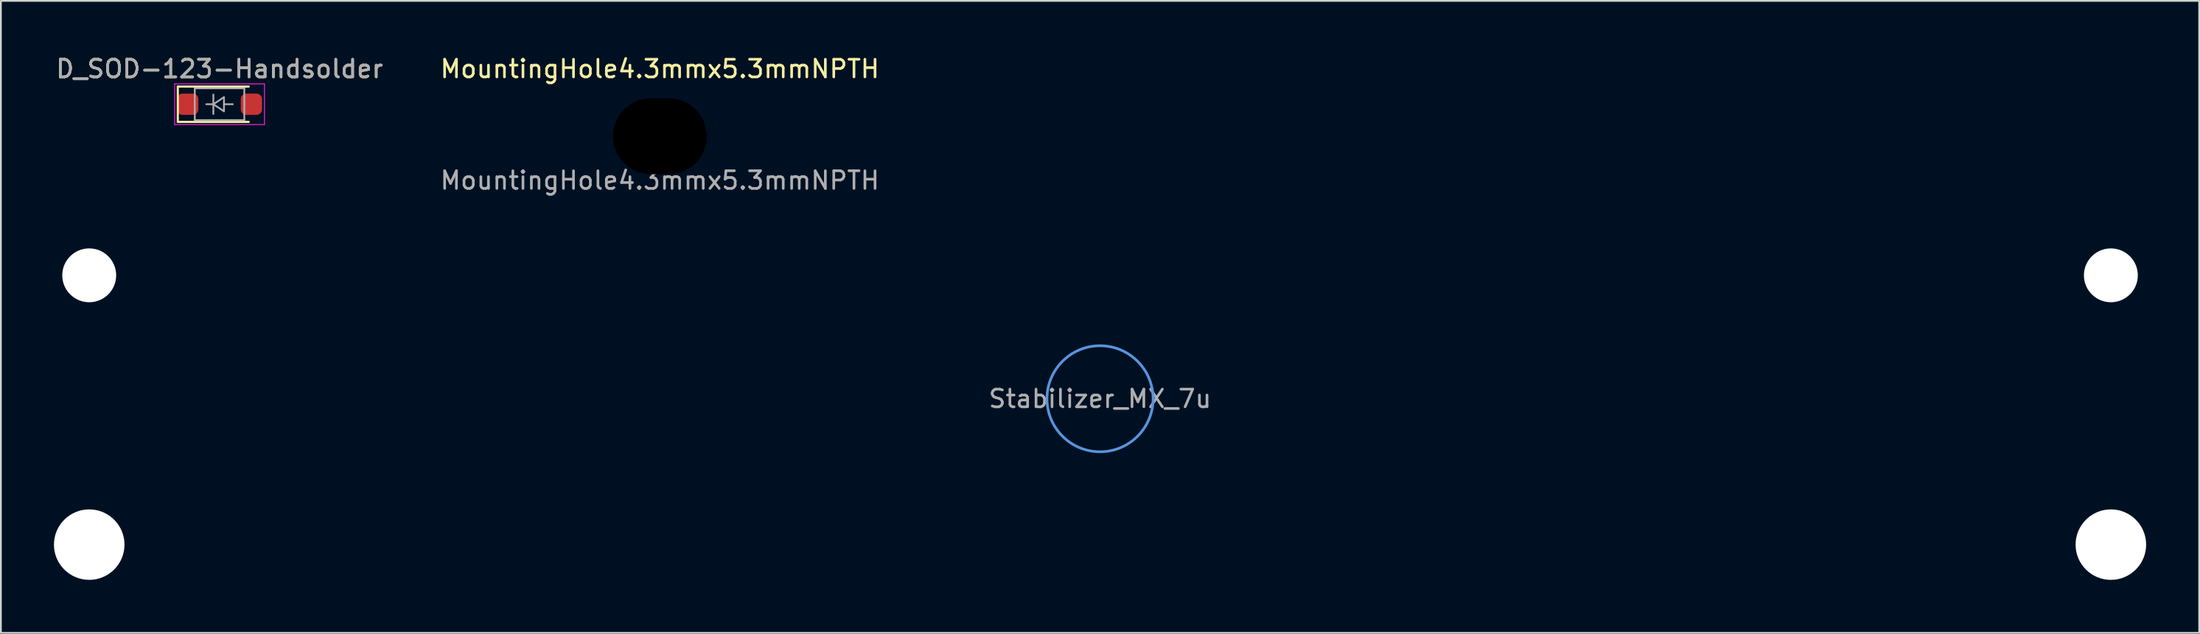
<source format=kicad_pcb>
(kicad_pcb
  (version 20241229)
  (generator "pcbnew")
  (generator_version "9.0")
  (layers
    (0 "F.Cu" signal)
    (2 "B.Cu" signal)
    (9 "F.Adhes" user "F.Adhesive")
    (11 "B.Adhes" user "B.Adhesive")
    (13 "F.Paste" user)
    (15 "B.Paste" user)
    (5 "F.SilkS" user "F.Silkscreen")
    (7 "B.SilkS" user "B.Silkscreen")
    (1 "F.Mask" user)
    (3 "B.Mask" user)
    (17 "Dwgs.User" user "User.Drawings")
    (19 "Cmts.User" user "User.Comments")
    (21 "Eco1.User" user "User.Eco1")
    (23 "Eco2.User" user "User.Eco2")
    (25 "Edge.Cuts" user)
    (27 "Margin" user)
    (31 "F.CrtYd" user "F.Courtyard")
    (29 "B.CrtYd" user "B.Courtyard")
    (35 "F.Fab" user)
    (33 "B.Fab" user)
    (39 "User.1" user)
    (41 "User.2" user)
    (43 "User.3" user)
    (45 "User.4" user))
  (footprint "Stabilizer_MX_7u"
    (layer "F.Cu")
    (at 59.144 19.515)
    (property "Reference" "Stabilizer_MX_7u" (at 0 0 0) (layer "F.Fab") (effects (font (size 1 1) (thickness 0.15))))
    (attr through_hole)
    (fp_circle (center 0 0) (end 3 0) (stroke (width 0.15) (type solid)) (fill no) (layer "Cmts.User"))
    (pad "" np_thru_hole circle (at -57.15 -6.985) (size 3.048 3.048) (drill 3.048) (layers "*.Cu" "*.Mask"))
    (pad "" np_thru_hole circle (at -57.15 8.255) (size 3.988 3.988) (drill 3.988) (layers "*.Cu" "*.Mask"))
    (pad "" np_thru_hole circle (at 57.15 -6.985) (size 3.048 3.048) (drill 3.048) (layers "*.Cu" "*.Mask"))
    (pad "" np_thru_hole circle (at 57.15 8.255) (size 3.988 3.988) (drill 3.988) (layers "*.Cu" "*.Mask")))
  (footprint "D_SOD-123-Handsolder"
    (layer "F.Cu")
    (at 9.363 2.848)
    (property "Reference" "D_SOD-123-Handsolder" (at 0 -2 0) (layer "F.SilkS") (effects (font (size 1 1) (thickness 0.15))))
    (attr smd)
    (fp_line (start -2.36 -1) (end -2.36 1) (stroke (width 0.12) (type solid)) (layer "F.SilkS"))
    (fp_line (start -2.36 -1) (end 1.65 -1) (stroke (width 0.12) (type solid)) (layer "F.SilkS"))
    (fp_line (start -2.36 1) (end 1.65 1) (stroke (width 0.12) (type solid)) (layer "F.SilkS"))
    (fp_line (start -2.54 -1.15) (end -2.54 1.15) (stroke (width 0.05) (type solid)) (layer "F.CrtYd"))
    (fp_line (start -2.54 -1.15) (end 2.54 -1.15) (stroke (width 0.05) (type solid)) (layer "F.CrtYd"))
    (fp_line (start 2.54 -1.15) (end 2.54 1.15) (stroke (width 0.05) (type solid)) (layer "F.CrtYd"))
    (fp_line (start 2.54 1.15) (end -2.54 1.15) (stroke (width 0.05) (type solid)) (layer "F.CrtYd"))
    (fp_line (start -1.4 -0.9) (end 1.4 -0.9) (stroke (width 0.1) (type solid)) (layer "F.Fab"))
    (fp_line (start -1.4 0.9) (end -1.4 -0.9) (stroke (width 0.1) (type solid)) (layer "F.Fab"))
    (fp_line (start -0.75 0) (end -0.35 0) (stroke (width 0.1) (type solid)) (layer "F.Fab"))
    (fp_line (start -0.35 0) (end -0.35 -0.55) (stroke (width 0.1) (type solid)) (layer "F.Fab"))
    (fp_line (start -0.35 0) (end -0.35 0.55) (stroke (width 0.1) (type solid)) (layer "F.Fab"))
    (fp_line (start -0.35 0) (end 0.25 -0.4) (stroke (width 0.1) (type solid)) (layer "F.Fab"))
    (fp_line (start 0.25 -0.4) (end 0.25 0.4) (stroke (width 0.1) (type solid)) (layer "F.Fab"))
    (fp_line (start 0.25 0) (end 0.75 0) (stroke (width 0.1) (type solid)) (layer "F.Fab"))
    (fp_line (start 0.25 0.4) (end -0.35 0) (stroke (width 0.1) (type solid)) (layer "F.Fab"))
    (fp_line (start 1.4 -0.9) (end 1.4 0.9) (stroke (width 0.1) (type solid)) (layer "F.Fab"))
    (fp_line (start 1.4 0.9) (end -1.4 0.9) (stroke (width 0.1) (type solid)) (layer "F.Fab"))
    (fp_text user "${REFERENCE}" (at 0 -2 0) (layer "F.Fab") (effects (font (size 1 1) (thickness 0.15))))
    (pad "1" smd roundrect (at -1.8 0) (size 1.2 1.2) (layers "F.Cu" "F.Mask" "F.Paste") (roundrect_rratio 0.25))
    (pad "2" smd roundrect (at 1.8 0) (size 1.2 1.2) (layers "F.Cu" "F.Mask" "F.Paste") (roundrect_rratio 0.25)))
  (footprint "MountingHole4.3mmx5.3mmNPTH"
    (layer "F.Cu")
    (at 34.256 4.658)
    (property "Reference" "MountingHole4.3mmx5.3mmNPTH" (at 0 -3.81 0) (unlocked yes) (layer "F.SilkS") (effects (font (size 1 1) (thickness 0.15))))
    (attr through_hole)
    (fp_text user "${REFERENCE}" (at 0 2.5 0) (unlocked yes) (layer "F.Fab") (effects (font (size 1 1) (thickness 0.15))))
    (pad "" np_thru_hole oval (at 0 0) (size 5.5 5.2) (drill oval 5.3 4.3) (layers "*.Mask")))
  (gr_rect
    (start -3 -3)
    (end 121.288 32.764)
    (stroke (width 0.1) (type default))
    (fill no)
    (layer "Edge.Cuts")))
</source>
